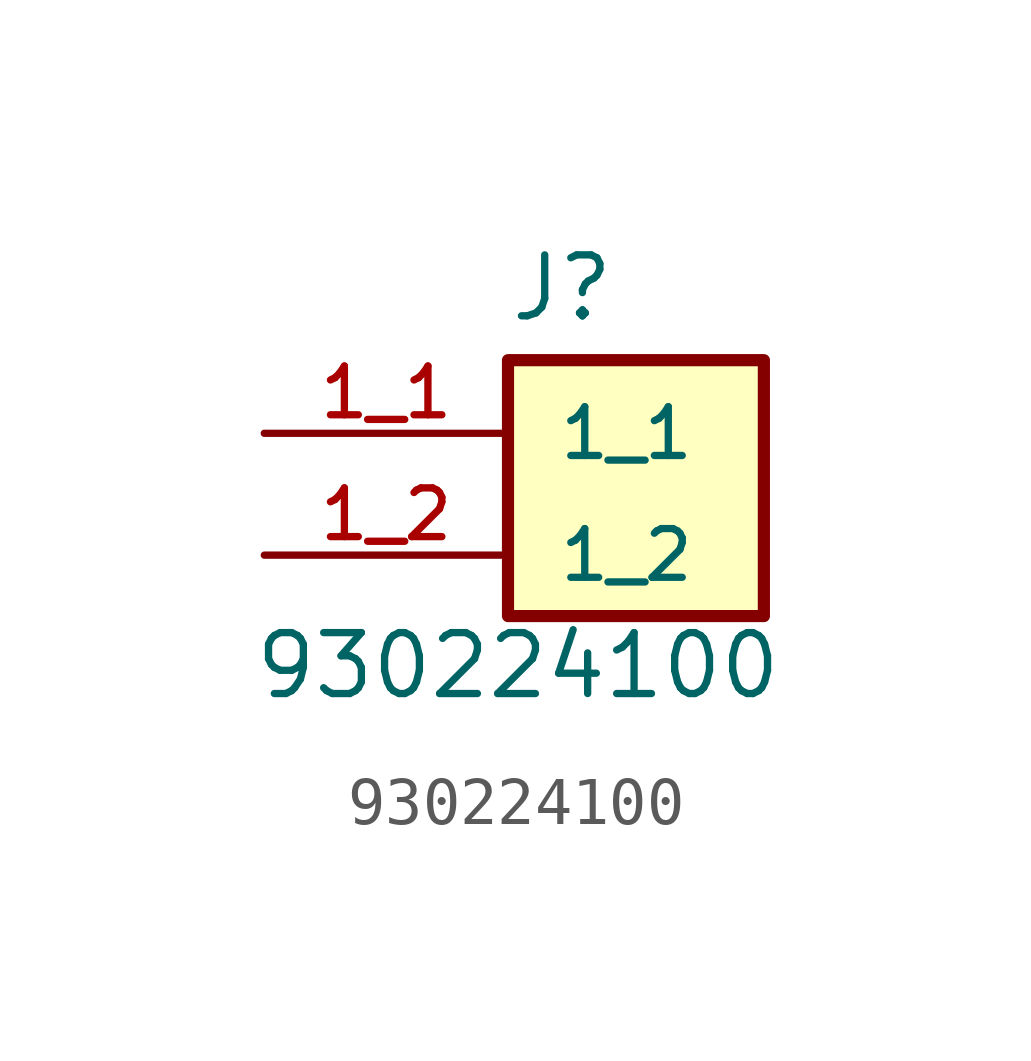
<source format=kicad_sym>
(kicad_symbol_lib
  (version 20241209)
  (generator "kicad_symbol_editor")
  (generator_version "9.0")
  (symbol "930224100"
    (pin_names
      (offset 1.016))
    (property "Reference" "J"
      (at -5.08 4.826 0)
      (effects (font (size 1.27 1.27)) (justify left bottom)))
    (property "Value" "930224100"
      (at -10.414 -3.048 0)
      (effects (font (size 1.27 1.27)) (justify left bottom)))
    (symbol "930224100_0_0"
      (rectangle (start -5.08 4.064) (end 0.254 -1.27) (stroke (width 0.254) (type default)) (fill (type background)))
      (pin passive line (at -10.16 2.54 0) (length 5.08) (name "1_1" (effects (font (size 1.016 1.016)))) (number "1_1" (effects (font (size 1.016 1.016)))))
      (pin passive line (at -10.16 0 0) (length 5.08) (name "1_2" (effects (font (size 1.016 1.016)))) (number "1_2" (effects (font (size 1.016 1.016))))))))
</source>
